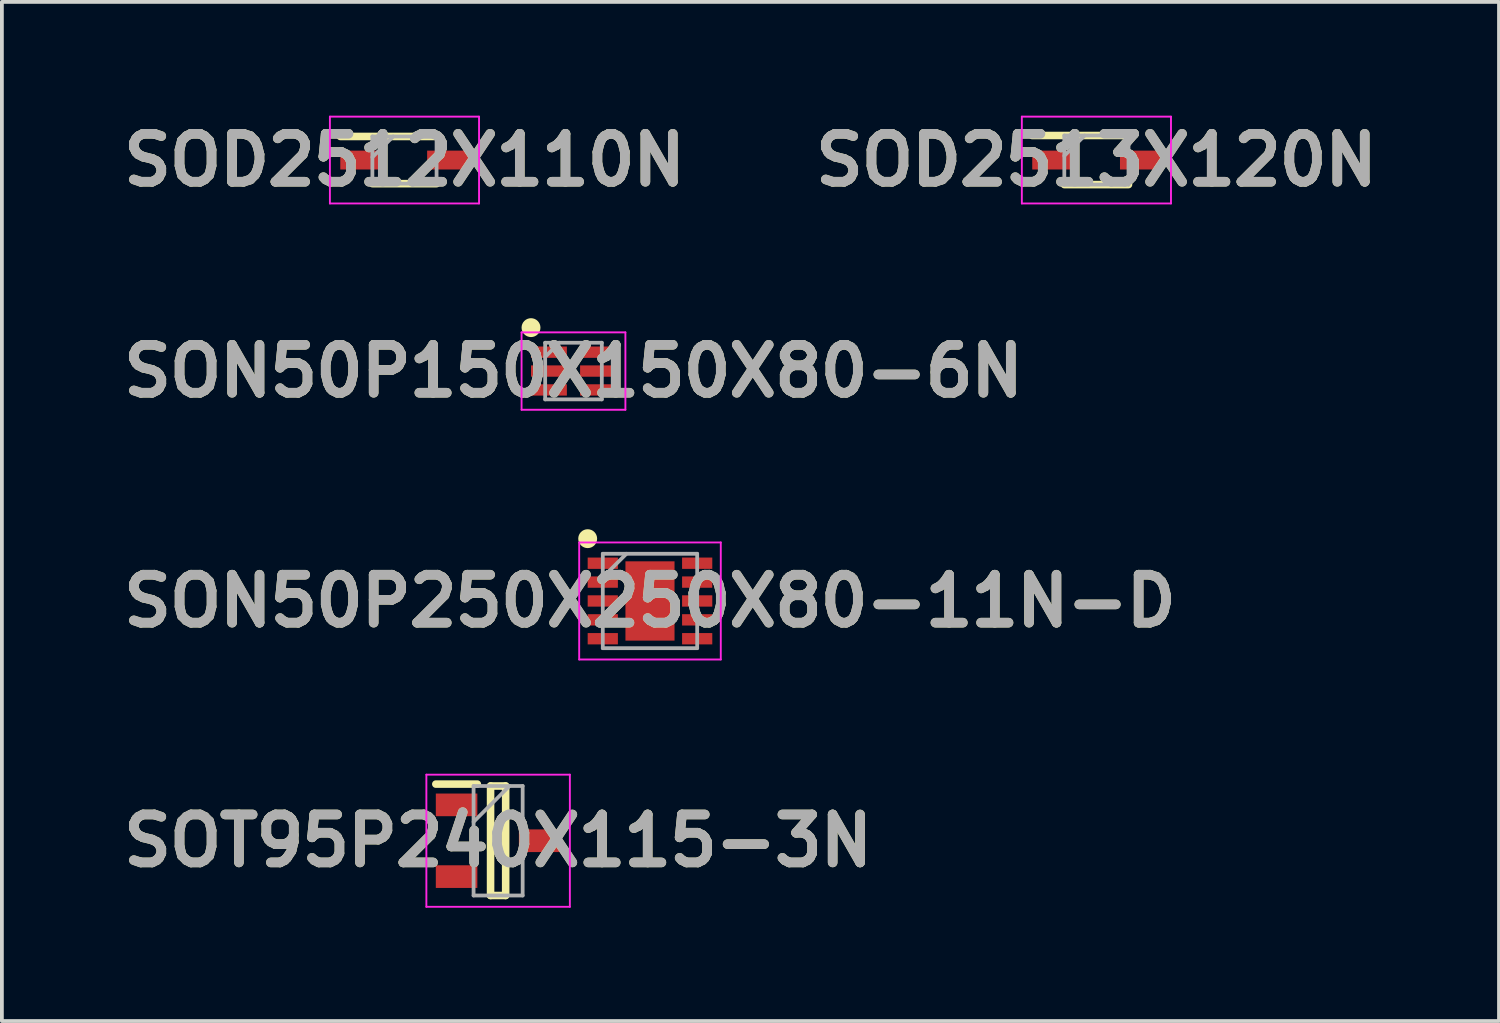
<source format=kicad_pcb>
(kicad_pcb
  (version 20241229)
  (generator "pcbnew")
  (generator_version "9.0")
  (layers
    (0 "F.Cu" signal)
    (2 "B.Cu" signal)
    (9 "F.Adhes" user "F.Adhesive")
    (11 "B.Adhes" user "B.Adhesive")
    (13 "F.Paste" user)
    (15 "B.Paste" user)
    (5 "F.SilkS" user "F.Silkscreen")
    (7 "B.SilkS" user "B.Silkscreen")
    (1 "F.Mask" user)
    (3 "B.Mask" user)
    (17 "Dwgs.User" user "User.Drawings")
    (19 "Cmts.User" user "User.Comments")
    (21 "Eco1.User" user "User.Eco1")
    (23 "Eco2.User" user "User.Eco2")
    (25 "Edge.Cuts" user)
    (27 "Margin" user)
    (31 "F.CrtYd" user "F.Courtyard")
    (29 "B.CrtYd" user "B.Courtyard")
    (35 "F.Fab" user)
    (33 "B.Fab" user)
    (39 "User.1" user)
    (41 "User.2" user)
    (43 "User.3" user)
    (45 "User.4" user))
  (footprint "SON50P250X250X80-11N-D"
    (layer "F.Cu")
    (at 14.164 12.866)
    (property "Reference" "SON50P250X250X80-11N-D" (at 0 0 0) (layer "F.SilkS") (effects (font (size 1.27 1.27) (thickness 0.254))))
    (attr smd)
    (fp_circle (center -1.65 -1.65) (end -1.65 -1.525) (stroke (width 0.25) (type solid)) (fill no) (layer "F.SilkS"))
    (fp_line (start -1.875 -1.55) (end 1.875 -1.55) (stroke (width 0.05) (type solid)) (layer "F.CrtYd"))
    (fp_line (start -1.875 1.55) (end -1.875 -1.55) (stroke (width 0.05) (type solid)) (layer "F.CrtYd"))
    (fp_line (start 1.875 -1.55) (end 1.875 1.55) (stroke (width 0.05) (type solid)) (layer "F.CrtYd"))
    (fp_line (start 1.875 1.55) (end -1.875 1.55) (stroke (width 0.05) (type solid)) (layer "F.CrtYd"))
    (fp_line (start -1.25 -1.25) (end 1.25 -1.25) (stroke (width 0.1) (type solid)) (layer "F.Fab"))
    (fp_line (start -1.25 -0.625) (end -0.625 -1.25) (stroke (width 0.1) (type solid)) (layer "F.Fab"))
    (fp_line (start -1.25 1.25) (end -1.25 -1.25) (stroke (width 0.1) (type solid)) (layer "F.Fab"))
    (fp_line (start 1.25 -1.25) (end 1.25 1.25) (stroke (width 0.1) (type solid)) (layer "F.Fab"))
    (fp_line (start 1.25 1.25) (end -1.25 1.25) (stroke (width 0.1) (type solid)) (layer "F.Fab"))
    (fp_text user "${REFERENCE}" (at 0 0 0) (layer "F.Fab") (effects (font (size 1.27 1.27) (thickness 0.254))))
    (pad "1" smd rect (at -1.25 -1 90) (size 0.3 0.8) (layers "F.Cu" "F.Mask" "F.Paste"))
    (pad "2" smd rect (at -1.25 -0.5 90) (size 0.3 0.8) (layers "F.Cu" "F.Mask" "F.Paste"))
    (pad "3" smd rect (at -1.25 0 90) (size 0.3 0.8) (layers "F.Cu" "F.Mask" "F.Paste"))
    (pad "4" smd rect (at -1.25 0.5 90) (size 0.3 0.8) (layers "F.Cu" "F.Mask" "F.Paste"))
    (pad "5" smd rect (at -1.25 1 90) (size 0.3 0.8) (layers "F.Cu" "F.Mask" "F.Paste"))
    (pad "6" smd rect (at 1.25 1 90) (size 0.3 0.8) (layers "F.Cu" "F.Mask" "F.Paste"))
    (pad "7" smd rect (at 1.25 0.5 90) (size 0.3 0.8) (layers "F.Cu" "F.Mask" "F.Paste"))
    (pad "8" smd rect (at 1.25 0 90) (size 0.3 0.8) (layers "F.Cu" "F.Mask" "F.Paste"))
    (pad "9" smd rect (at 1.25 -0.5 90) (size 0.3 0.8) (layers "F.Cu" "F.Mask" "F.Paste"))
    (pad "10" smd rect (at 1.25 -1 90) (size 0.3 0.8) (layers "F.Cu" "F.Mask" "F.Paste"))
    (pad "11" smd rect (at 0 0) (size 1.3 2.1) (layers "F.Cu" "F.Mask" "F.Paste")))
  (footprint "SOD2512X110N"
    (layer "F.Cu")
    (at 7.662 1.189)
    (property "Reference" "SOD2512X110N" (at 0 0 0) (layer "F.SilkS") (effects (font (size 1.27 1.27) (thickness 0.254))))
    (attr smd)
    (fp_line (start -1.7 -0.625) (end 0.85 -0.625) (stroke (width 0.2) (type solid)) (layer "F.SilkS"))
    (fp_line (start -0.85 0.625) (end 0.85 0.625) (stroke (width 0.2) (type solid)) (layer "F.SilkS"))
    (fp_line (start -1.975 -1.15) (end 1.975 -1.15) (stroke (width 0.05) (type solid)) (layer "F.CrtYd"))
    (fp_line (start -1.975 1.15) (end -1.975 -1.15) (stroke (width 0.05) (type solid)) (layer "F.CrtYd"))
    (fp_line (start 1.975 -1.15) (end 1.975 1.15) (stroke (width 0.05) (type solid)) (layer "F.CrtYd"))
    (fp_line (start 1.975 1.15) (end -1.975 1.15) (stroke (width 0.05) (type solid)) (layer "F.CrtYd"))
    (fp_line (start -0.85 -0.625) (end 0.85 -0.625) (stroke (width 0.1) (type solid)) (layer "F.Fab"))
    (fp_line (start -0.85 -0.075) (end -0.3 -0.625) (stroke (width 0.1) (type solid)) (layer "F.Fab"))
    (fp_line (start -0.85 0.625) (end -0.85 -0.625) (stroke (width 0.1) (type solid)) (layer "F.Fab"))
    (fp_line (start 0.85 -0.625) (end 0.85 0.625) (stroke (width 0.1) (type solid)) (layer "F.Fab"))
    (fp_line (start 0.85 0.625) (end -0.85 0.625) (stroke (width 0.1) (type solid)) (layer "F.Fab"))
    (fp_text user "${REFERENCE}" (at 0 0 0) (layer "F.Fab") (effects (font (size 1.27 1.27) (thickness 0.254))))
    (pad "1" smd rect (at -1.15 0 90) (size 0.5 1.1) (layers "F.Cu" "F.Mask" "F.Paste"))
    (pad "2" smd rect (at 1.15 0 90) (size 0.5 1.1) (layers "F.Cu" "F.Mask" "F.Paste")))
  (footprint "SOT95P240X115-3N"
    (layer "F.Cu")
    (at 10.142 19.216)
    (property "Reference" "SOT95P240X115-3N" (at 0 0 0) (layer "F.SilkS") (effects (font (size 1.27 1.27) (thickness 0.254))))
    (attr smd)
    (fp_line (start -1.65 -1.5) (end -0.55 -1.5) (stroke (width 0.2) (type solid)) (layer "F.SilkS"))
    (fp_line (start -0.2 -1.45) (end 0.2 -1.45) (stroke (width 0.2) (type solid)) (layer "F.SilkS"))
    (fp_line (start -0.2 1.45) (end -0.2 -1.45) (stroke (width 0.2) (type solid)) (layer "F.SilkS"))
    (fp_line (start 0.2 -1.45) (end 0.2 1.45) (stroke (width 0.2) (type solid)) (layer "F.SilkS"))
    (fp_line (start 0.2 1.45) (end -0.2 1.45) (stroke (width 0.2) (type solid)) (layer "F.SilkS"))
    (fp_line (start -1.9 -1.75) (end 1.9 -1.75) (stroke (width 0.05) (type solid)) (layer "F.CrtYd"))
    (fp_line (start -1.9 1.75) (end -1.9 -1.75) (stroke (width 0.05) (type solid)) (layer "F.CrtYd"))
    (fp_line (start 1.9 -1.75) (end 1.9 1.75) (stroke (width 0.05) (type solid)) (layer "F.CrtYd"))
    (fp_line (start 1.9 1.75) (end -1.9 1.75) (stroke (width 0.05) (type solid)) (layer "F.CrtYd"))
    (fp_line (start -0.65 -1.45) (end 0.65 -1.45) (stroke (width 0.1) (type solid)) (layer "F.Fab"))
    (fp_line (start -0.65 -0.5) (end 0.3 -1.45) (stroke (width 0.1) (type solid)) (layer "F.Fab"))
    (fp_line (start -0.65 1.45) (end -0.65 -1.45) (stroke (width 0.1) (type solid)) (layer "F.Fab"))
    (fp_line (start 0.65 -1.45) (end 0.65 1.45) (stroke (width 0.1) (type solid)) (layer "F.Fab"))
    (fp_line (start 0.65 1.45) (end -0.65 1.45) (stroke (width 0.1) (type solid)) (layer "F.Fab"))
    (fp_text user "${REFERENCE}" (at 0 0 0) (layer "F.Fab") (effects (font (size 1.27 1.27) (thickness 0.254))))
    (pad "1" smd rect (at -1.1 -0.95 90) (size 0.6 1.1) (layers "F.Cu" "F.Paste"))
    (pad "2" smd rect (at -1.1 0.95 90) (size 0.6 1.1) (layers "F.Cu" "F.Paste"))
    (pad "3" smd rect (at 1.1 0 90) (size 0.6 1.1) (layers "F.Cu" "F.Paste")))
  (footprint "SON50P150X150X80-6N"
    (layer "F.Cu")
    (at 12.138 6.777)
    (property "Reference" "SON50P150X150X80-6N" (at 0 0 0) (layer "F.SilkS") (effects (font (size 1.27 1.27) (thickness 0.254))))
    (attr smd)
    (fp_circle (center -1.125 -1.15) (end -1.125 -1.025) (stroke (width 0.25) (type solid)) (fill no) (layer "F.SilkS"))
    (fp_line (start -1.375 -1.025) (end 1.375 -1.025) (stroke (width 0.05) (type solid)) (layer "F.CrtYd"))
    (fp_line (start -1.375 1.025) (end -1.375 -1.025) (stroke (width 0.05) (type solid)) (layer "F.CrtYd"))
    (fp_line (start 1.375 -1.025) (end 1.375 1.025) (stroke (width 0.05) (type solid)) (layer "F.CrtYd"))
    (fp_line (start 1.375 1.025) (end -1.375 1.025) (stroke (width 0.05) (type solid)) (layer "F.CrtYd"))
    (fp_line (start -0.75 -0.75) (end 0.75 -0.75) (stroke (width 0.1) (type solid)) (layer "F.Fab"))
    (fp_line (start -0.75 -0.375) (end -0.375 -0.75) (stroke (width 0.1) (type solid)) (layer "F.Fab"))
    (fp_line (start -0.75 0.75) (end -0.75 -0.75) (stroke (width 0.1) (type solid)) (layer "F.Fab"))
    (fp_line (start 0.75 -0.75) (end 0.75 0.75) (stroke (width 0.1) (type solid)) (layer "F.Fab"))
    (fp_line (start 0.75 0.75) (end -0.75 0.75) (stroke (width 0.1) (type solid)) (layer "F.Fab"))
    (fp_text user "${REFERENCE}" (at 0 0 0) (layer "F.Fab") (effects (font (size 1.27 1.27) (thickness 0.254))))
    (pad "1" smd rect (at -0.65 -0.5 90) (size 0.3 0.95) (layers "F.Cu" "F.Mask" "F.Paste"))
    (pad "2" smd rect (at -0.65 0 90) (size 0.3 0.95) (layers "F.Cu" "F.Mask" "F.Paste"))
    (pad "3" smd rect (at -0.65 0.5 90) (size 0.3 0.95) (layers "F.Cu" "F.Mask" "F.Paste"))
    (pad "4" smd rect (at 0.65 0.5 90) (size 0.3 0.95) (layers "F.Cu" "F.Mask" "F.Paste"))
    (pad "5" smd rect (at 0.65 0 90) (size 0.3 0.95) (layers "F.Cu" "F.Mask" "F.Paste"))
    (pad "6" smd rect (at 0.65 -0.5 90) (size 0.3 0.95) (layers "F.Cu" "F.Mask" "F.Paste")))
  (footprint "SOD2513X120N"
    (layer "F.Cu")
    (at 25.987 1.189)
    (property "Reference" "SOD2513X120N" (at 0 0 0) (layer "F.SilkS") (effects (font (size 1.27 1.27) (thickness 0.254))))
    (attr smd)
    (fp_line (start -1.7 -0.65) (end 0.85 -0.65) (stroke (width 0.2) (type solid)) (layer "F.SilkS"))
    (fp_line (start -0.85 0.65) (end 0.85 0.65) (stroke (width 0.2) (type solid)) (layer "F.SilkS"))
    (fp_line (start -1.975 -1.15) (end 1.975 -1.15) (stroke (width 0.05) (type solid)) (layer "F.CrtYd"))
    (fp_line (start -1.975 1.15) (end -1.975 -1.15) (stroke (width 0.05) (type solid)) (layer "F.CrtYd"))
    (fp_line (start 1.975 -1.15) (end 1.975 1.15) (stroke (width 0.05) (type solid)) (layer "F.CrtYd"))
    (fp_line (start 1.975 1.15) (end -1.975 1.15) (stroke (width 0.05) (type solid)) (layer "F.CrtYd"))
    (fp_line (start -0.85 -0.65) (end 0.85 -0.65) (stroke (width 0.1) (type solid)) (layer "F.Fab"))
    (fp_line (start -0.85 -0.112) (end -0.312 -0.65) (stroke (width 0.1) (type solid)) (layer "F.Fab"))
    (fp_line (start -0.85 0.65) (end -0.85 -0.65) (stroke (width 0.1) (type solid)) (layer "F.Fab"))
    (fp_line (start 0.85 -0.65) (end 0.85 0.65) (stroke (width 0.1) (type solid)) (layer "F.Fab"))
    (fp_line (start 0.85 0.65) (end -0.85 0.65) (stroke (width 0.1) (type solid)) (layer "F.Fab"))
    (fp_text user "${REFERENCE}" (at 0 0 0) (layer "F.Fab") (effects (font (size 1.27 1.27) (thickness 0.254))))
    (pad "1" smd rect (at -1.162 0 90) (size 0.5 1.075) (layers "F.Cu" "F.Paste"))
    (pad "2" smd rect (at 1.162 0 90) (size 0.5 1.075) (layers "F.Cu" "F.Paste")))
  (gr_rect
    (start -3 -3)
    (end 36.649 23.991)
    (stroke (width 0.1) (type default))
    (fill no)
    (layer "Edge.Cuts")))
</source>
